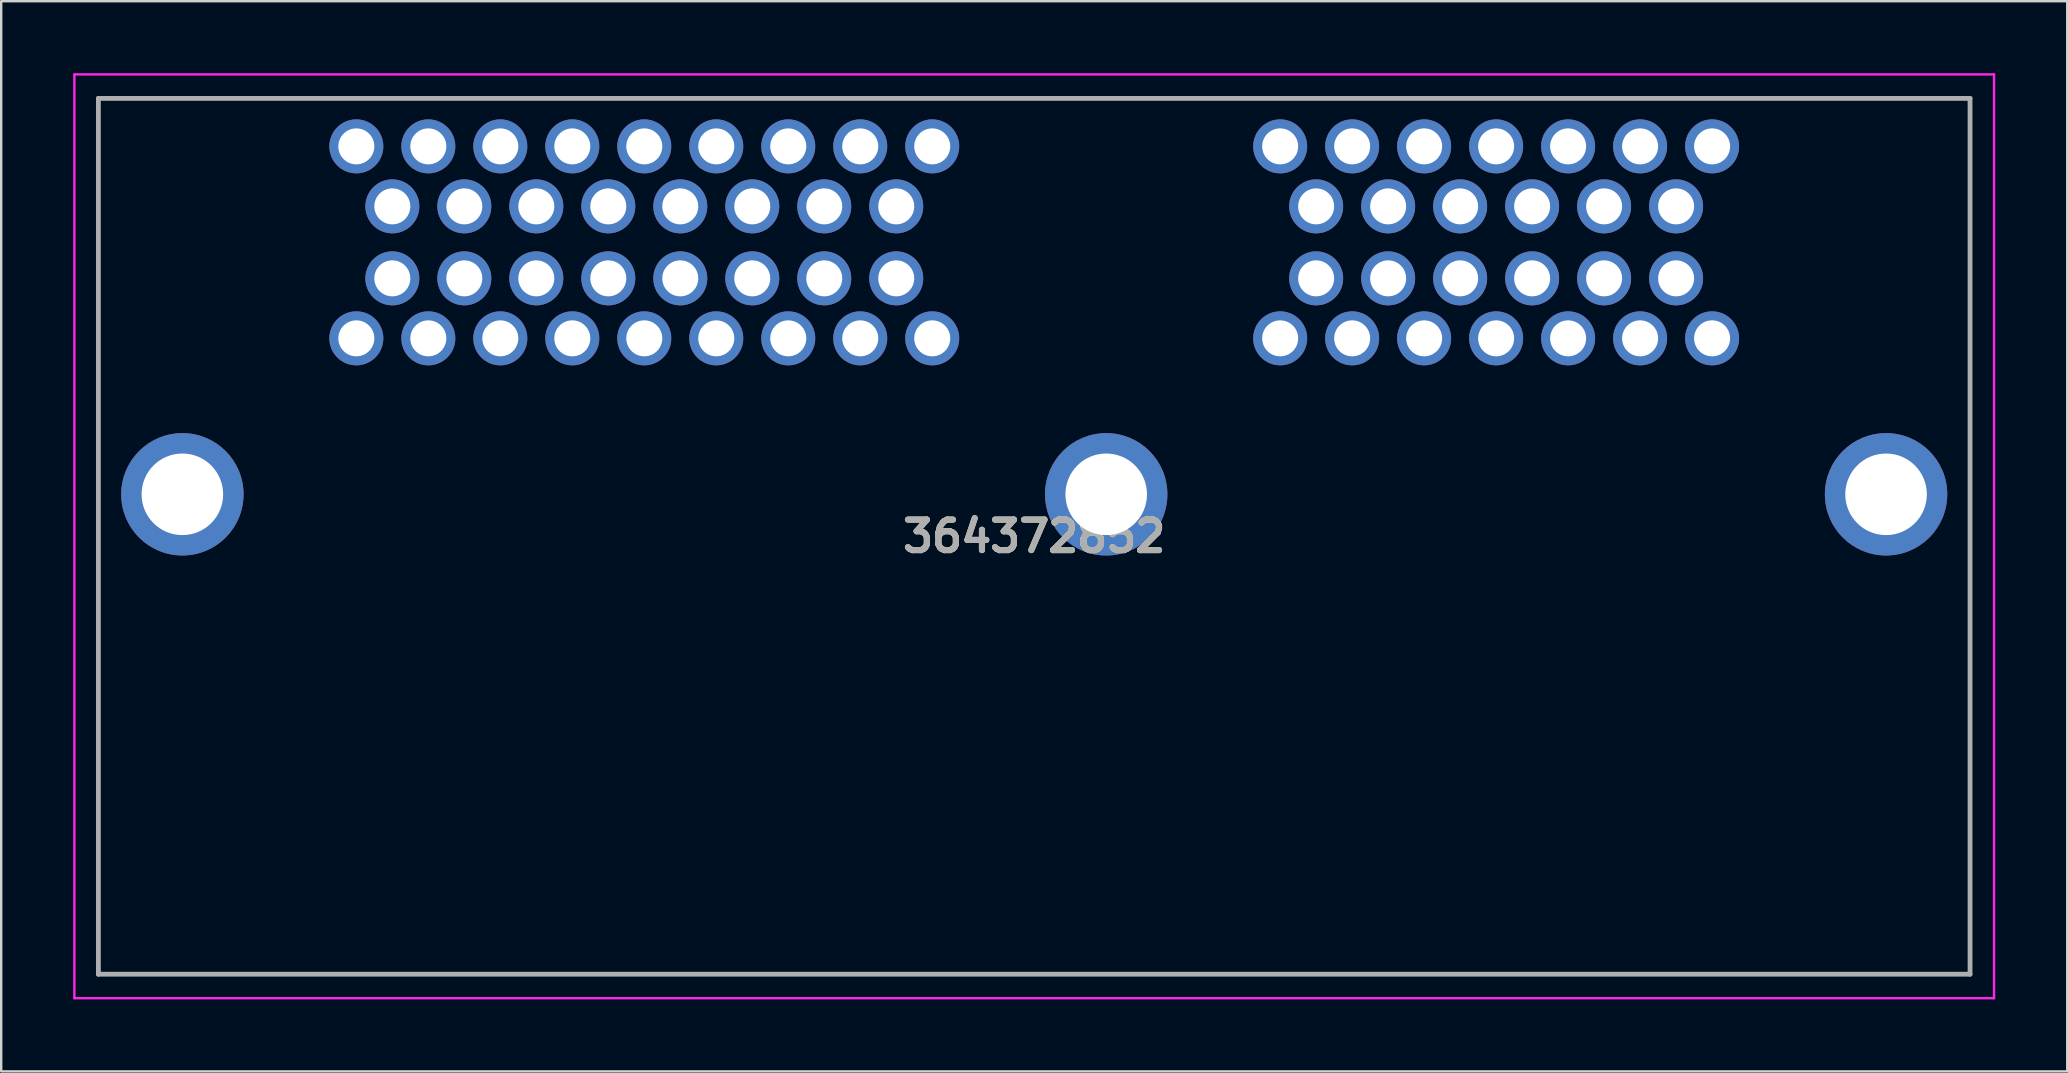
<source format=kicad_pcb>
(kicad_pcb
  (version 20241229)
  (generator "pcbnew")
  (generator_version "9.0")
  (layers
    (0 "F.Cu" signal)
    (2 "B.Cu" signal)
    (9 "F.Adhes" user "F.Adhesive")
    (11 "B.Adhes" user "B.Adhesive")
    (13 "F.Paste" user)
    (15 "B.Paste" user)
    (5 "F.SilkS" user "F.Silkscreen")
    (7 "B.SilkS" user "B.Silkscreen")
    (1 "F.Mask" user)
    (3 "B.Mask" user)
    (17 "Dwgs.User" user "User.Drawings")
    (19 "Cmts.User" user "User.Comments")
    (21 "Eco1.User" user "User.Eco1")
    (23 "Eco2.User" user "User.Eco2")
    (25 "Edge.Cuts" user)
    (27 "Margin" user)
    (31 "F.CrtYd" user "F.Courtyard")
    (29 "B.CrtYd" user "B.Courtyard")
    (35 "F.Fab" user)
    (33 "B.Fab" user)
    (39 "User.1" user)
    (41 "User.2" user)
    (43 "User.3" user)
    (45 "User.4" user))
  (footprint "364372852"
    (layer "F.Cu")
    (at 11.8 11.05)
    (property "Reference" "364372852" (at 28.25 8.25 0) (layer "F.SilkS") (effects (font (size 1.27 1.27) (thickness 0.254))))
    (attr through_hole)
    (fp_line (start -10.75 -10) (end 67.25 -10) (stroke (width 0.1) (type solid)) (layer "F.SilkS"))
    (fp_line (start -10.75 26.5) (end -10.75 -10) (stroke (width 0.1) (type solid)) (layer "F.SilkS"))
    (fp_line (start 67.25 -10) (end 67.25 26.5) (stroke (width 0.1) (type solid)) (layer "F.SilkS"))
    (fp_line (start 67.25 26.5) (end -10.75 26.5) (stroke (width 0.1) (type solid)) (layer "F.SilkS"))
    (fp_line (start -11.75 -11) (end 68.25 -11) (stroke (width 0.1) (type solid)) (layer "F.CrtYd"))
    (fp_line (start -11.75 27.5) (end -11.75 -11) (stroke (width 0.1) (type solid)) (layer "F.CrtYd"))
    (fp_line (start 68.25 -11) (end 68.25 27.5) (stroke (width 0.1) (type solid)) (layer "F.CrtYd"))
    (fp_line (start 68.25 27.5) (end -11.75 27.5) (stroke (width 0.1) (type solid)) (layer "F.CrtYd"))
    (fp_line (start -10.75 -10) (end 67.25 -10) (stroke (width 0.2) (type solid)) (layer "F.Fab"))
    (fp_line (start -10.75 26.5) (end -10.75 -10) (stroke (width 0.2) (type solid)) (layer "F.Fab"))
    (fp_line (start 67.25 -10) (end 67.25 26.5) (stroke (width 0.2) (type solid)) (layer "F.Fab"))
    (fp_line (start 67.25 26.5) (end -10.75 26.5) (stroke (width 0.2) (type solid)) (layer "F.Fab"))
    (fp_text user "${REFERENCE}" (at 28.25 8.25 0) (layer "F.Fab") (effects (font (size 1.27 1.27) (thickness 0.254))))
    (pad "1" thru_hole circle (at 0 0) (size 2.25 2.25) (drill 1.5) (layers "*.Cu" "*.Mask"))
    (pad "2" thru_hole circle (at 0 -8) (size 2.25 2.25) (drill 1.5) (layers "*.Cu" "*.Mask"))
    (pad "3" thru_hole circle (at 1.5 -2.5) (size 2.25 2.25) (drill 1.5) (layers "*.Cu" "*.Mask"))
    (pad "4" thru_hole circle (at 1.5 -5.5) (size 2.25 2.25) (drill 1.5) (layers "*.Cu" "*.Mask"))
    (pad "5" thru_hole circle (at 3 0) (size 2.25 2.25) (drill 1.5) (layers "*.Cu" "*.Mask"))
    (pad "6" thru_hole circle (at 3 -8) (size 2.25 2.25) (drill 1.5) (layers "*.Cu" "*.Mask"))
    (pad "7" thru_hole circle (at 4.5 -2.5) (size 2.25 2.25) (drill 1.5) (layers "*.Cu" "*.Mask"))
    (pad "8" thru_hole circle (at 4.5 -5.5) (size 2.25 2.25) (drill 1.5) (layers "*.Cu" "*.Mask"))
    (pad "9" thru_hole circle (at 6 0) (size 2.25 2.25) (drill 1.5) (layers "*.Cu" "*.Mask"))
    (pad "10" thru_hole circle (at 6 -8) (size 2.25 2.25) (drill 1.5) (layers "*.Cu" "*.Mask"))
    (pad "11" thru_hole circle (at 7.5 -2.5) (size 2.25 2.25) (drill 1.5) (layers "*.Cu" "*.Mask"))
    (pad "12" thru_hole circle (at 7.5 -5.5) (size 2.25 2.25) (drill 1.5) (layers "*.Cu" "*.Mask"))
    (pad "13" thru_hole circle (at 9 0) (size 2.25 2.25) (drill 1.5) (layers "*.Cu" "*.Mask"))
    (pad "14" thru_hole circle (at 9 -8) (size 2.25 2.25) (drill 1.5) (layers "*.Cu" "*.Mask"))
    (pad "15" thru_hole circle (at 10.5 -2.5) (size 2.25 2.25) (drill 1.5) (layers "*.Cu" "*.Mask"))
    (pad "16" thru_hole circle (at 10.5 -5.5) (size 2.25 2.25) (drill 1.5) (layers "*.Cu" "*.Mask"))
    (pad "17" thru_hole circle (at 12 0) (size 2.25 2.25) (drill 1.5) (layers "*.Cu" "*.Mask"))
    (pad "18" thru_hole circle (at 12 -8) (size 2.25 2.25) (drill 1.5) (layers "*.Cu" "*.Mask"))
    (pad "19" thru_hole circle (at 13.5 -2.5) (size 2.25 2.25) (drill 1.5) (layers "*.Cu" "*.Mask"))
    (pad "20" thru_hole circle (at 13.5 -5.5) (size 2.25 2.25) (drill 1.5) (layers "*.Cu" "*.Mask"))
    (pad "21" thru_hole circle (at 15 0) (size 2.25 2.25) (drill 1.5) (layers "*.Cu" "*.Mask"))
    (pad "22" thru_hole circle (at 15 -8) (size 2.25 2.25) (drill 1.5) (layers "*.Cu" "*.Mask"))
    (pad "23" thru_hole circle (at 16.5 -2.5) (size 2.25 2.25) (drill 1.5) (layers "*.Cu" "*.Mask"))
    (pad "24" thru_hole circle (at 16.5 -5.5) (size 2.25 2.25) (drill 1.5) (layers "*.Cu" "*.Mask"))
    (pad "25" thru_hole circle (at 18 0) (size 2.25 2.25) (drill 1.5) (layers "*.Cu" "*.Mask"))
    (pad "26" thru_hole circle (at 18 -8) (size 2.25 2.25) (drill 1.5) (layers "*.Cu" "*.Mask"))
    (pad "27" thru_hole circle (at 19.5 -2.5) (size 2.25 2.25) (drill 1.5) (layers "*.Cu" "*.Mask"))
    (pad "28" thru_hole circle (at 19.5 -5.5) (size 2.25 2.25) (drill 1.5) (layers "*.Cu" "*.Mask"))
    (pad "29" thru_hole circle (at 21 0) (size 2.25 2.25) (drill 1.5) (layers "*.Cu" "*.Mask"))
    (pad "30" thru_hole circle (at 21 -8) (size 2.25 2.25) (drill 1.5) (layers "*.Cu" "*.Mask"))
    (pad "31" thru_hole circle (at 22.5 -2.5) (size 2.25 2.25) (drill 1.5) (layers "*.Cu" "*.Mask"))
    (pad "32" thru_hole circle (at 22.5 -5.5) (size 2.25 2.25) (drill 1.5) (layers "*.Cu" "*.Mask"))
    (pad "33" thru_hole circle (at 24 0) (size 2.25 2.25) (drill 1.5) (layers "*.Cu" "*.Mask"))
    (pad "34" thru_hole circle (at 24 -8) (size 2.25 2.25) (drill 1.5) (layers "*.Cu" "*.Mask"))
    (pad "35" thru_hole circle (at 38.5 0) (size 2.25 2.25) (drill 1.5) (layers "*.Cu" "*.Mask"))
    (pad "36" thru_hole circle (at 38.5 -8) (size 2.25 2.25) (drill 1.5) (layers "*.Cu" "*.Mask"))
    (pad "37" thru_hole circle (at 40 -2.5) (size 2.25 2.25) (drill 1.5) (layers "*.Cu" "*.Mask"))
    (pad "38" thru_hole circle (at 40 -5.5) (size 2.25 2.25) (drill 1.5) (layers "*.Cu" "*.Mask"))
    (pad "39" thru_hole circle (at 41.5 0) (size 2.25 2.25) (drill 1.5) (layers "*.Cu" "*.Mask"))
    (pad "40" thru_hole circle (at 41.5 -8) (size 2.25 2.25) (drill 1.5) (layers "*.Cu" "*.Mask"))
    (pad "41" thru_hole circle (at 43 -2.5) (size 2.25 2.25) (drill 1.5) (layers "*.Cu" "*.Mask"))
    (pad "42" thru_hole circle (at 43 -5.5) (size 2.25 2.25) (drill 1.5) (layers "*.Cu" "*.Mask"))
    (pad "43" thru_hole circle (at 44.5 0) (size 2.25 2.25) (drill 1.5) (layers "*.Cu" "*.Mask"))
    (pad "44" thru_hole circle (at 44.5 -8) (size 2.25 2.25) (drill 1.5) (layers "*.Cu" "*.Mask"))
    (pad "45" thru_hole circle (at 46 -2.5) (size 2.25 2.25) (drill 1.5) (layers "*.Cu" "*.Mask"))
    (pad "46" thru_hole circle (at 46 -5.5) (size 2.25 2.25) (drill 1.5) (layers "*.Cu" "*.Mask"))
    (pad "47" thru_hole circle (at 47.5 0) (size 2.25 2.25) (drill 1.5) (layers "*.Cu" "*.Mask"))
    (pad "48" thru_hole circle (at 47.5 -8) (size 2.25 2.25) (drill 1.5) (layers "*.Cu" "*.Mask"))
    (pad "49" thru_hole circle (at 49 -2.5) (size 2.25 2.25) (drill 1.5) (layers "*.Cu" "*.Mask"))
    (pad "50" thru_hole circle (at 49 -5.5) (size 2.25 2.25) (drill 1.5) (layers "*.Cu" "*.Mask"))
    (pad "51" thru_hole circle (at 50.5 0) (size 2.25 2.25) (drill 1.5) (layers "*.Cu" "*.Mask"))
    (pad "52" thru_hole circle (at 50.5 -8) (size 2.25 2.25) (drill 1.5) (layers "*.Cu" "*.Mask"))
    (pad "53" thru_hole circle (at 52 -2.5) (size 2.25 2.25) (drill 1.5) (layers "*.Cu" "*.Mask"))
    (pad "54" thru_hole circle (at 52 -5.5) (size 2.25 2.25) (drill 1.5) (layers "*.Cu" "*.Mask"))
    (pad "55" thru_hole circle (at 53.5 0) (size 2.25 2.25) (drill 1.5) (layers "*.Cu" "*.Mask"))
    (pad "56" thru_hole circle (at 53.5 -8) (size 2.25 2.25) (drill 1.5) (layers "*.Cu" "*.Mask"))
    (pad "57" thru_hole circle (at 55 -2.5) (size 2.25 2.25) (drill 1.5) (layers "*.Cu" "*.Mask"))
    (pad "58" thru_hole circle (at 55 -5.5) (size 2.25 2.25) (drill 1.5) (layers "*.Cu" "*.Mask"))
    (pad "59" thru_hole circle (at 56.5 0) (size 2.25 2.25) (drill 1.5) (layers "*.Cu" "*.Mask"))
    (pad "60" thru_hole circle (at 56.5 -8) (size 2.25 2.25) (drill 1.5) (layers "*.Cu" "*.Mask"))
    (pad "MH1" thru_hole circle (at -7.25 6.5) (size 5.1 5.1) (drill 3.4) (layers "*.Cu" "*.Mask"))
    (pad "MH2" thru_hole circle (at 31.25 6.5) (size 5.1 5.1) (drill 3.4) (layers "*.Cu" "*.Mask"))
    (pad "MH3" thru_hole circle (at 63.75 6.5) (size 5.1 5.1) (drill 3.4) (layers "*.Cu" "*.Mask")))
  (gr_rect
    (start -3 -3)
    (end 83.1 41.6)
    (stroke (width 0.1) (type default))
    (fill no)
    (layer "Edge.Cuts")))
</source>
